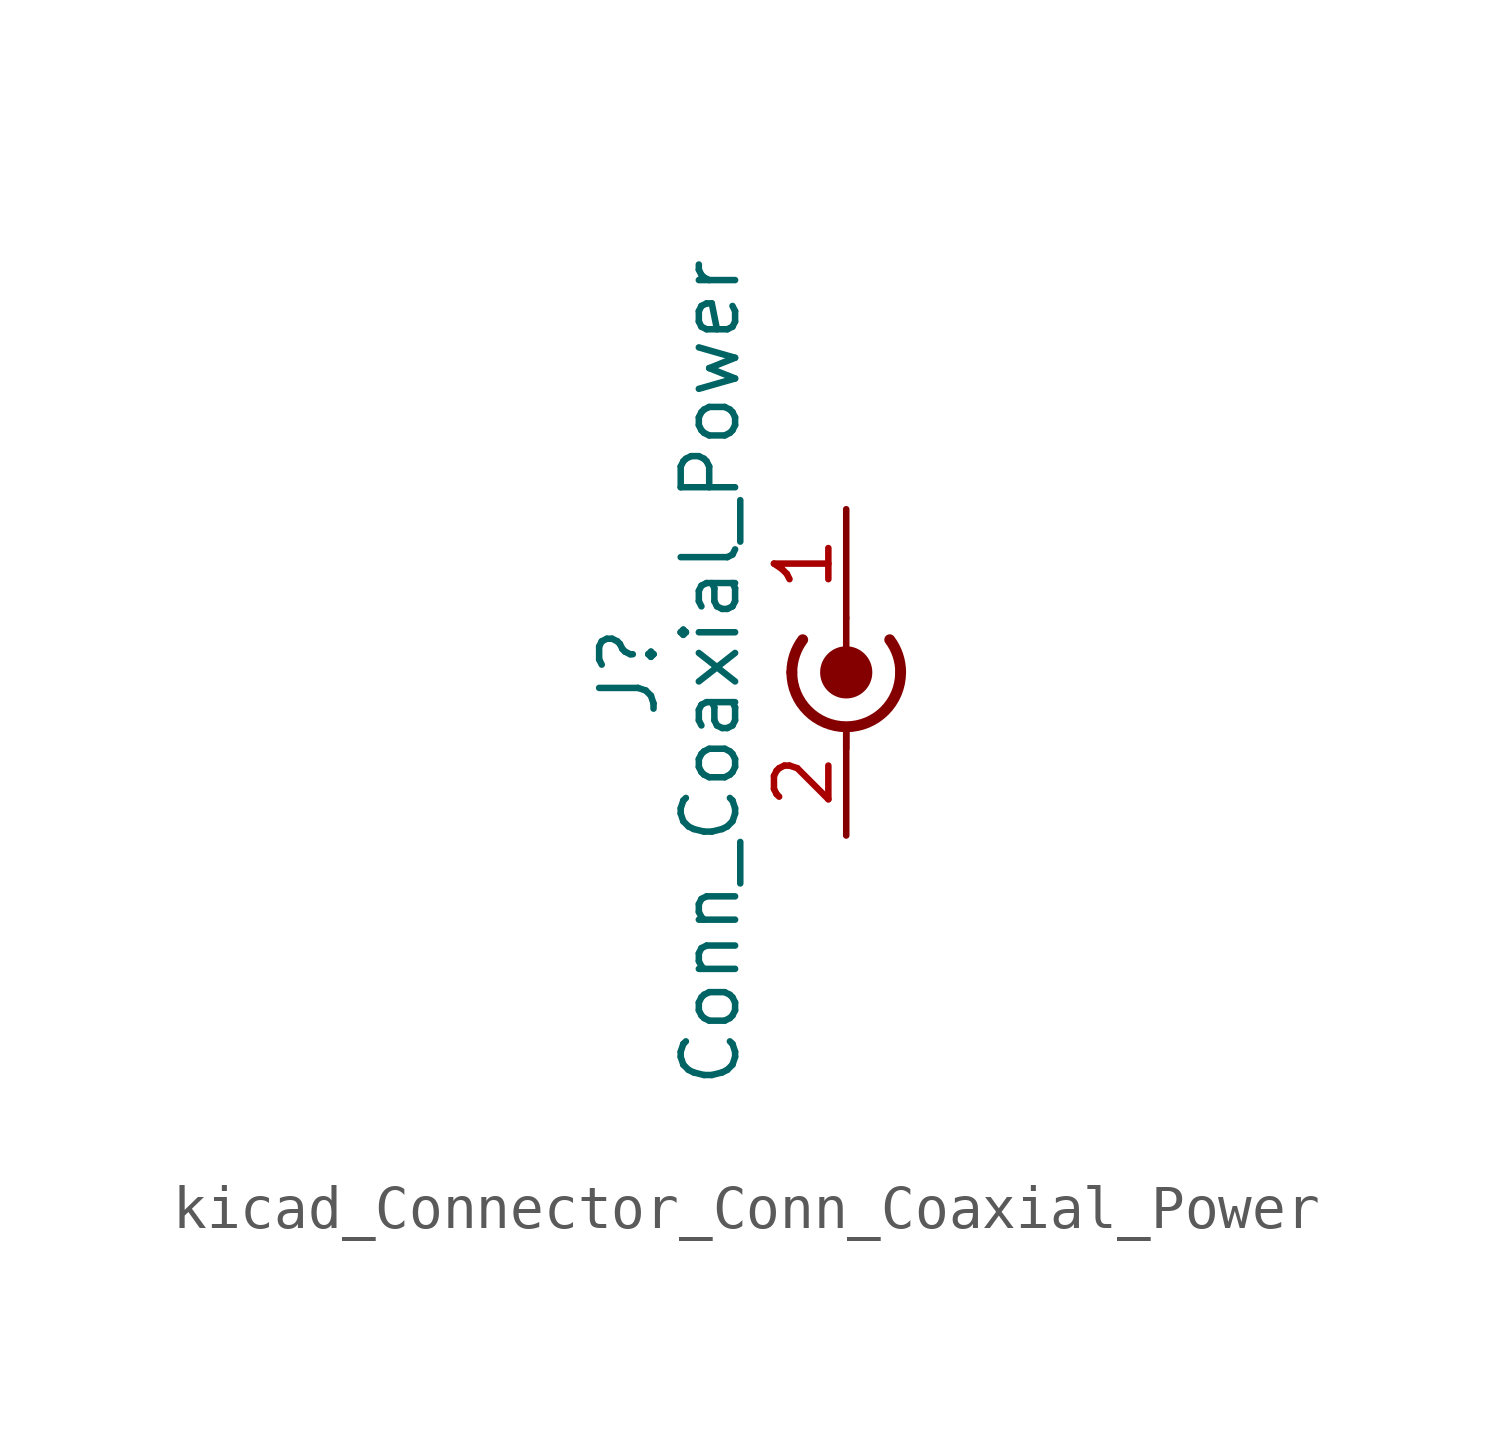
<source format=kicad_sym>
(kicad_symbol_lib
  (version 20220914)
  (generator kicad_symbol_editor)
  (symbol "kicad_Connector_Conn_Coaxial_Power"
    (pin_names
      (offset 1.016) hide)
    (property "Reference" "J"
      (at -5.08 -1.27 90)
      (effects (font (size 1.27 1.27))))
    (property "Value" "Conn_Coaxial_Power"
      (at -3.175 -1.27 90)
      (effects (font (size 1.27 1.27))))
    (symbol "kicad_Connector_Conn_Coaxial_Power_0_1"
      (arc (start -1.27 -1.27) (mid 0 -2.5345) (end 1.27 -1.27) (stroke (width 0.254) (type default)) (fill (type none)))
      (arc (start -1.016 -0.508) (mid -1.2048 -0.8684) (end -1.27 -1.27) (stroke (width 0.254) (type default)) (fill (type none)))
      (circle (center 0 -1.27) (radius 0.508) (stroke (width 0.203) (type default)) (fill (type outline)))
      (polyline (pts (xy 0 -2.54) (xy 0 -3.048)) (stroke (width 0) (type default)) (fill (type none)))
      (polyline (pts (xy 0 0) (xy 0 -1.27)) (stroke (width 0) (type default)) (fill (type none)))
      (arc (start 1.27 -1.27) (mid 1.2048 -0.8684) (end 1.016 -0.508) (stroke (width 0.254) (type default)) (fill (type none))))
    (symbol "kicad_Connector_Conn_Coaxial_Power_1_1"
      (pin passive line (at 0 2.54 270) (length 2.54) (name "In" (effects (font (size 1.27 1.27)))) (number "1" (effects (font (size 1.27 1.27)))))
      (pin passive line (at 0 -5.08 90) (length 2.54) (name "Ext" (effects (font (size 1.27 1.27)))) (number "2" (effects (font (size 1.27 1.27))))))))
</source>
